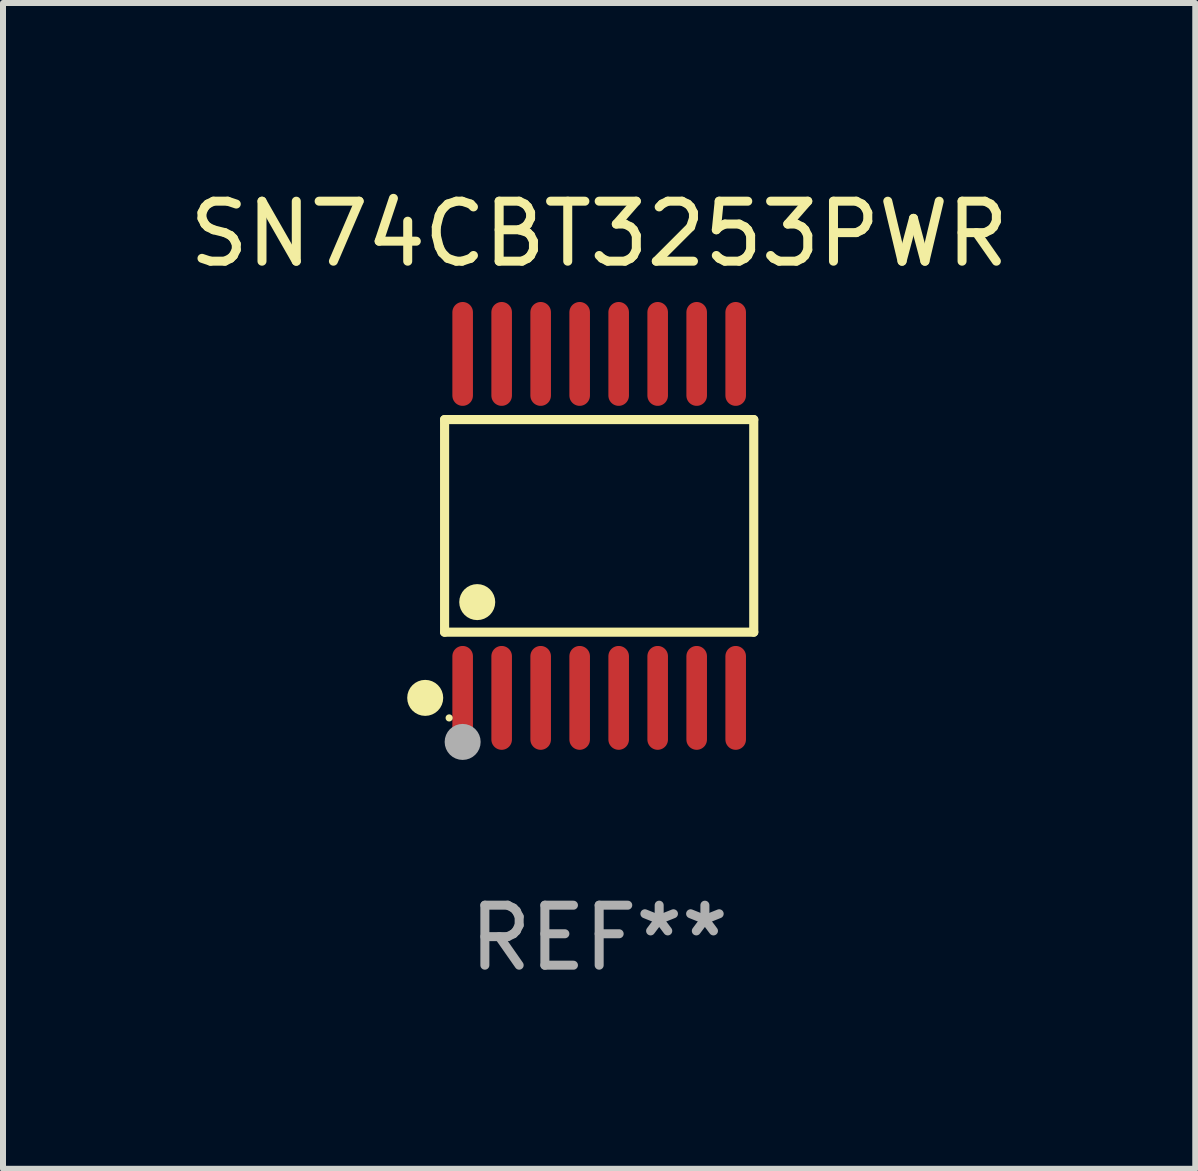
<source format=kicad_pcb>
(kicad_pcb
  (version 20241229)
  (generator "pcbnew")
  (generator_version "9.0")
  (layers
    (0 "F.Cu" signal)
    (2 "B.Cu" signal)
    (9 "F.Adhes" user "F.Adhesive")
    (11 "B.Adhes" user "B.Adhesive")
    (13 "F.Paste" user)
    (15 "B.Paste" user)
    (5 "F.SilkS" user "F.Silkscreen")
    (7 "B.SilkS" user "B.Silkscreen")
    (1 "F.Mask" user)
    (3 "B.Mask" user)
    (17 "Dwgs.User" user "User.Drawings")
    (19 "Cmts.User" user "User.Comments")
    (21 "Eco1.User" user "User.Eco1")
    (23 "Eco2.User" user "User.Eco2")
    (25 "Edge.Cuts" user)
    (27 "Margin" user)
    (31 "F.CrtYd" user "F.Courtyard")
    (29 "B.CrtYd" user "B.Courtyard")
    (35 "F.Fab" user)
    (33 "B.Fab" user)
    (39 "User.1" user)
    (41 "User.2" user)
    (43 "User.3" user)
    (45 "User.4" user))
  (footprint "SN74CBT3253PWR"
    (layer "F.Cu")
    (at 6.935 5.714)
    (property "Reference" "SN74CBT3253PWR" (at 0 -4.866 0) (layer "F.SilkS") (effects (font (size 1 1) (thickness 0.15))))
    (attr through_hole)
    (fp_line (start -2.576 -1.772) (end 2.576 -1.772) (stroke (width 0.152) (type solid)) (layer "F.SilkS"))
    (fp_line (start -2.576 1.771) (end -2.576 -1.772) (stroke (width 0.152) (type solid)) (layer "F.SilkS"))
    (fp_line (start 2.576 -1.772) (end 2.576 1.771) (stroke (width 0.152) (type solid)) (layer "F.SilkS"))
    (fp_line (start 2.576 1.771) (end -2.576 1.771) (stroke (width 0.152) (type solid)) (layer "F.SilkS"))
    (fp_circle (center -2.899 2.866) (end -2.749 2.866) (stroke (width 0.3) (type solid)) (fill no) (layer "F.SilkS"))
    (fp_circle (center -2.5 3.2) (end -2.47 3.2) (stroke (width 0.06) (type solid)) (fill no) (layer "F.SilkS"))
    (fp_circle (center -2.032 1.27) (end -1.882 1.27) (stroke (width 0.3) (type solid)) (fill no) (layer "F.SilkS"))
    (fp_circle (center -2.275 3.6) (end -2.125 3.6) (stroke (width 0.3) (type solid)) (fill no) (layer "F.Fab"))
    (fp_text user "REF**" (at 0 6.866 0) (layer "F.Fab") (effects (font (size 1 1) (thickness 0.15))))
    (pad "1" smd oval (at -2.275 2.866) (size 0.343 1.731) (layers "F.Cu" "F.Mask" "F.Paste"))
    (pad "2" smd oval (at -1.625 2.866) (size 0.343 1.731) (layers "F.Cu" "F.Mask" "F.Paste"))
    (pad "3" smd oval (at -0.975 2.866) (size 0.343 1.731) (layers "F.Cu" "F.Mask" "F.Paste"))
    (pad "4" smd oval (at -0.325 2.866) (size 0.343 1.731) (layers "F.Cu" "F.Mask" "F.Paste"))
    (pad "5" smd oval (at 0.325 2.866) (size 0.343 1.731) (layers "F.Cu" "F.Mask" "F.Paste"))
    (pad "6" smd oval (at 0.975 2.866) (size 0.343 1.731) (layers "F.Cu" "F.Mask" "F.Paste"))
    (pad "7" smd oval (at 1.625 2.866) (size 0.343 1.731) (layers "F.Cu" "F.Mask" "F.Paste"))
    (pad "8" smd oval (at 2.275 2.866) (size 0.343 1.731) (layers "F.Cu" "F.Mask" "F.Paste"))
    (pad "9" smd oval (at 2.275 -2.866) (size 0.343 1.731) (layers "F.Cu" "F.Mask" "F.Paste"))
    (pad "10" smd oval (at 1.625 -2.866) (size 0.343 1.731) (layers "F.Cu" "F.Mask" "F.Paste"))
    (pad "11" smd oval (at 0.975 -2.866) (size 0.343 1.731) (layers "F.Cu" "F.Mask" "F.Paste"))
    (pad "12" smd oval (at 0.325 -2.866) (size 0.343 1.731) (layers "F.Cu" "F.Mask" "F.Paste"))
    (pad "13" smd oval (at -0.325 -2.866) (size 0.343 1.731) (layers "F.Cu" "F.Mask" "F.Paste"))
    (pad "14" smd oval (at -0.975 -2.866) (size 0.343 1.731) (layers "F.Cu" "F.Mask" "F.Paste"))
    (pad "15" smd oval (at -1.625 -2.866) (size 0.343 1.731) (layers "F.Cu" "F.Mask" "F.Paste"))
    (pad "16" smd oval (at -2.275 -2.866) (size 0.343 1.731) (layers "F.Cu" "F.Mask" "F.Paste")))
  (gr_rect
    (start -3 -3)
    (end 16.869 16.428)
    (stroke (width 0.1) (type default))
    (fill no)
    (layer "Edge.Cuts")))
</source>
